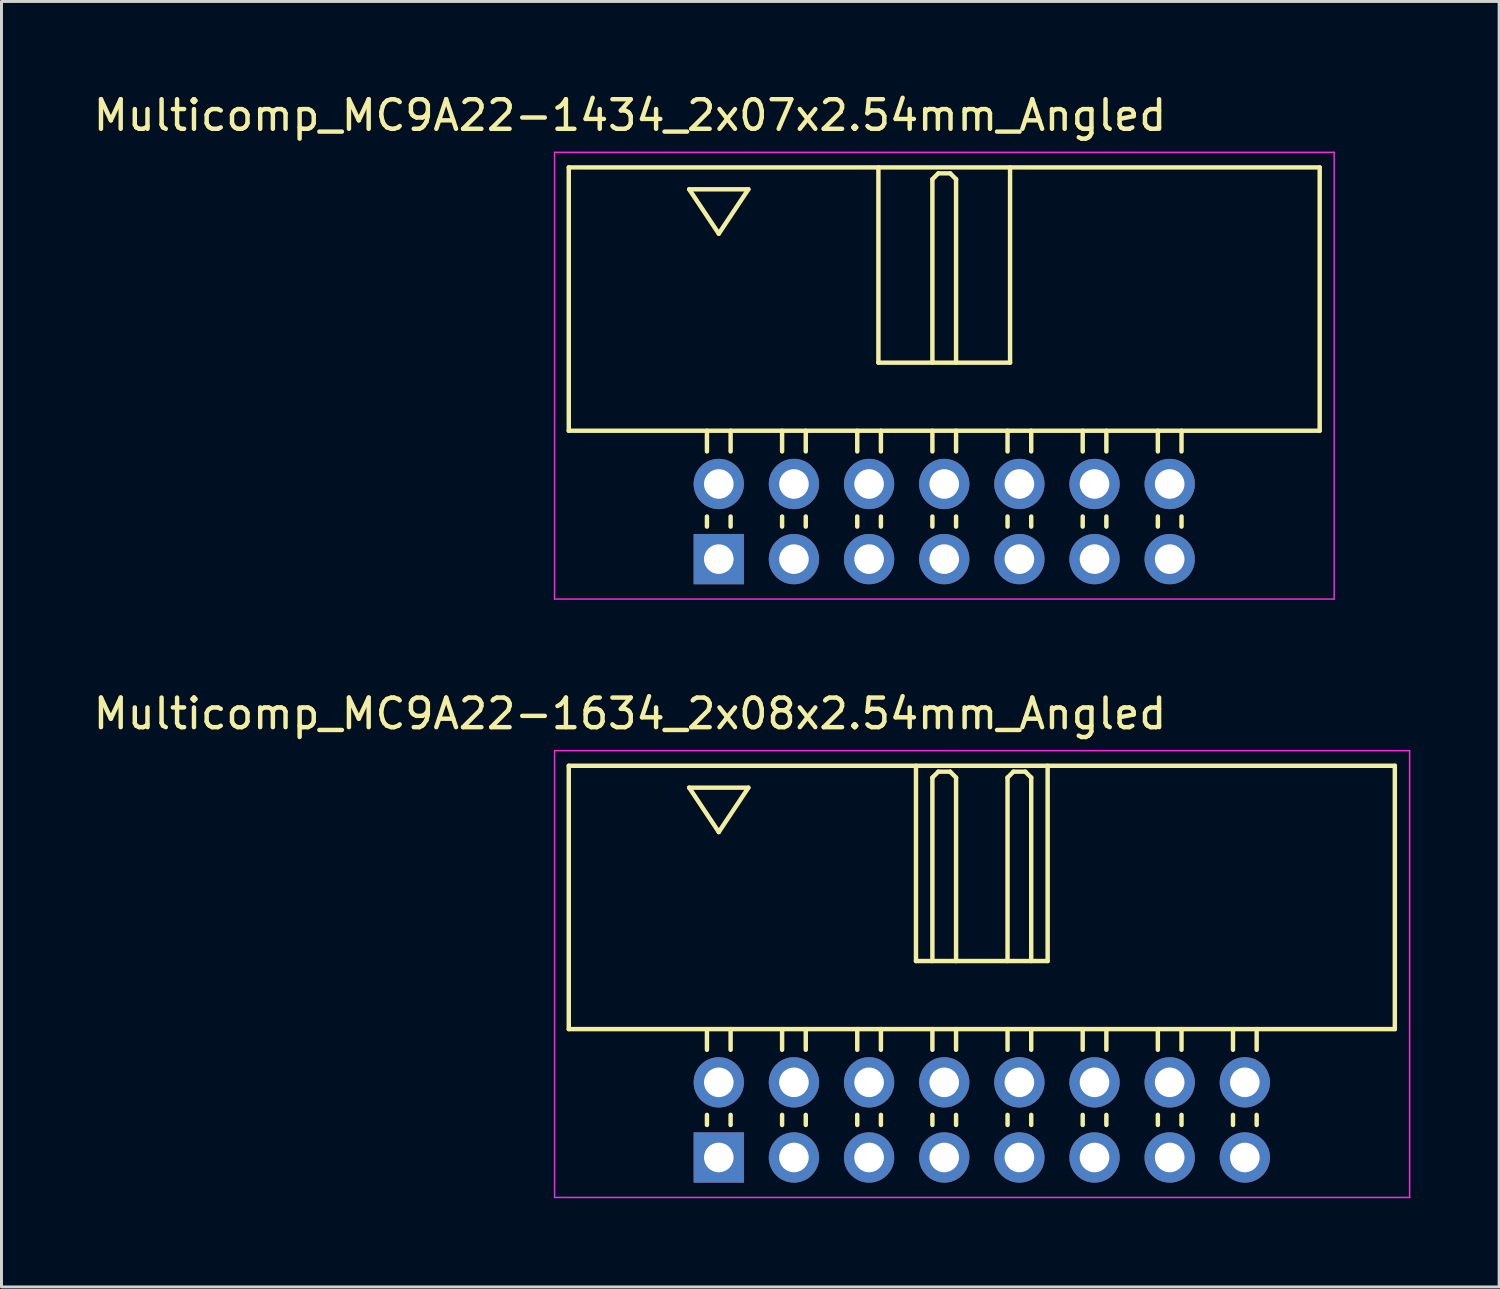
<source format=kicad_pcb>
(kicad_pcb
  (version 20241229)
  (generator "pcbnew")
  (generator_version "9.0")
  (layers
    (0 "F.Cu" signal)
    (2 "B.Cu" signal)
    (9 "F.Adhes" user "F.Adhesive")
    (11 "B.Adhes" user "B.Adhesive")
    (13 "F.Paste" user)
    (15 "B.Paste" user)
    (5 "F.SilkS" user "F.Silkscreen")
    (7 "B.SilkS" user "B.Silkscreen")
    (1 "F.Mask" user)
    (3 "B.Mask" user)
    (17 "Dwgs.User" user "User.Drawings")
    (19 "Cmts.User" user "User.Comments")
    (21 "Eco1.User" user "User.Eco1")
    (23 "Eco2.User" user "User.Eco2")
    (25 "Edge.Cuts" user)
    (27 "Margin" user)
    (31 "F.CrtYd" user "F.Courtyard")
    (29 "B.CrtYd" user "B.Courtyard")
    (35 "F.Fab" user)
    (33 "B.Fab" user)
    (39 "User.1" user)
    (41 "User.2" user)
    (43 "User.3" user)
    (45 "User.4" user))
  (footprint "Multicomp_MC9A22-1434_2x07x2.54mm_Angled"
    (layer "F.Cu")
    (at 21.244 15.848)
    (property "Reference" "Multicomp_MC9A22-1434_2x07x2.54mm_Angled" (at -3 -15 0) (layer "F.SilkS") (effects (font (size 1 1) (thickness 0.15))))
    (attr through_hole)
    (fp_line (start -5.07 -13.24) (end 20.31 -13.24) (stroke (width 0.15) (type solid)) (layer "F.SilkS"))
    (fp_line (start -5.07 -4.34) (end -5.07 -13.24) (stroke (width 0.15) (type solid)) (layer "F.SilkS"))
    (fp_line (start -1 -12.5) (end 1 -12.5) (stroke (width 0.15) (type solid)) (layer "F.SilkS"))
    (fp_line (start -0.4 -3.64) (end -0.4 -4.34) (stroke (width 0.15) (type solid)) (layer "F.SilkS"))
    (fp_line (start -0.4 -1.1) (end -0.4 -1.44) (stroke (width 0.15) (type solid)) (layer "F.SilkS"))
    (fp_line (start 0 -11) (end -1 -12.5) (stroke (width 0.15) (type solid)) (layer "F.SilkS"))
    (fp_line (start 0.4 -3.64) (end 0.4 -4.34) (stroke (width 0.15) (type solid)) (layer "F.SilkS"))
    (fp_line (start 0.4 -1.1) (end 0.4 -1.44) (stroke (width 0.15) (type solid)) (layer "F.SilkS"))
    (fp_line (start 1 -12.5) (end 0 -11) (stroke (width 0.15) (type solid)) (layer "F.SilkS"))
    (fp_line (start 2.14 -3.64) (end 2.14 -4.34) (stroke (width 0.15) (type solid)) (layer "F.SilkS"))
    (fp_line (start 2.14 -1.1) (end 2.14 -1.44) (stroke (width 0.15) (type solid)) (layer "F.SilkS"))
    (fp_line (start 2.94 -3.64) (end 2.94 -4.34) (stroke (width 0.15) (type solid)) (layer "F.SilkS"))
    (fp_line (start 2.94 -1.1) (end 2.94 -1.44) (stroke (width 0.15) (type solid)) (layer "F.SilkS"))
    (fp_line (start 4.68 -3.64) (end 4.68 -4.34) (stroke (width 0.15) (type solid)) (layer "F.SilkS"))
    (fp_line (start 4.68 -1.1) (end 4.68 -1.44) (stroke (width 0.15) (type solid)) (layer "F.SilkS"))
    (fp_line (start 5.395 -13.24) (end 5.395 -6.64) (stroke (width 0.15) (type solid)) (layer "F.SilkS"))
    (fp_line (start 5.395 -6.64) (end 9.845 -6.64) (stroke (width 0.15) (type solid)) (layer "F.SilkS"))
    (fp_line (start 5.48 -3.64) (end 5.48 -4.34) (stroke (width 0.15) (type solid)) (layer "F.SilkS"))
    (fp_line (start 5.48 -1.1) (end 5.48 -1.44) (stroke (width 0.15) (type solid)) (layer "F.SilkS"))
    (fp_line (start 7.22 -12.84) (end 7.42 -13.04) (stroke (width 0.15) (type solid)) (layer "F.SilkS"))
    (fp_line (start 7.22 -6.64) (end 7.22 -12.84) (stroke (width 0.15) (type solid)) (layer "F.SilkS"))
    (fp_line (start 7.22 -3.64) (end 7.22 -4.34) (stroke (width 0.15) (type solid)) (layer "F.SilkS"))
    (fp_line (start 7.22 -1.1) (end 7.22 -1.44) (stroke (width 0.15) (type solid)) (layer "F.SilkS"))
    (fp_line (start 7.42 -13.04) (end 7.82 -13.04) (stroke (width 0.15) (type solid)) (layer "F.SilkS"))
    (fp_line (start 7.82 -13.04) (end 8.02 -12.84) (stroke (width 0.15) (type solid)) (layer "F.SilkS"))
    (fp_line (start 8.02 -12.84) (end 8.02 -6.64) (stroke (width 0.15) (type solid)) (layer "F.SilkS"))
    (fp_line (start 8.02 -3.64) (end 8.02 -4.34) (stroke (width 0.15) (type solid)) (layer "F.SilkS"))
    (fp_line (start 8.02 -1.1) (end 8.02 -1.44) (stroke (width 0.15) (type solid)) (layer "F.SilkS"))
    (fp_line (start 9.76 -3.64) (end 9.76 -4.34) (stroke (width 0.15) (type solid)) (layer "F.SilkS"))
    (fp_line (start 9.76 -1.1) (end 9.76 -1.44) (stroke (width 0.15) (type solid)) (layer "F.SilkS"))
    (fp_line (start 9.845 -6.64) (end 9.845 -13.24) (stroke (width 0.15) (type solid)) (layer "F.SilkS"))
    (fp_line (start 10.56 -3.64) (end 10.56 -4.34) (stroke (width 0.15) (type solid)) (layer "F.SilkS"))
    (fp_line (start 10.56 -1.1) (end 10.56 -1.44) (stroke (width 0.15) (type solid)) (layer "F.SilkS"))
    (fp_line (start 12.3 -3.64) (end 12.3 -4.34) (stroke (width 0.15) (type solid)) (layer "F.SilkS"))
    (fp_line (start 12.3 -1.1) (end 12.3 -1.44) (stroke (width 0.15) (type solid)) (layer "F.SilkS"))
    (fp_line (start 13.1 -3.64) (end 13.1 -4.34) (stroke (width 0.15) (type solid)) (layer "F.SilkS"))
    (fp_line (start 13.1 -1.1) (end 13.1 -1.44) (stroke (width 0.15) (type solid)) (layer "F.SilkS"))
    (fp_line (start 14.84 -3.64) (end 14.84 -4.34) (stroke (width 0.15) (type solid)) (layer "F.SilkS"))
    (fp_line (start 14.84 -1.1) (end 14.84 -1.44) (stroke (width 0.15) (type solid)) (layer "F.SilkS"))
    (fp_line (start 15.64 -3.64) (end 15.64 -4.34) (stroke (width 0.15) (type solid)) (layer "F.SilkS"))
    (fp_line (start 15.64 -1.1) (end 15.64 -1.44) (stroke (width 0.15) (type solid)) (layer "F.SilkS"))
    (fp_line (start 20.31 -13.24) (end 20.31 -4.34) (stroke (width 0.15) (type solid)) (layer "F.SilkS"))
    (fp_line (start 20.31 -4.34) (end -5.07 -4.34) (stroke (width 0.15) (type solid)) (layer "F.SilkS"))
    (fp_line (start -5.55 -13.75) (end 20.8 -13.75) (stroke (width 0.05) (type solid)) (layer "F.CrtYd"))
    (fp_line (start -5.55 1.35) (end -5.55 -13.75) (stroke (width 0.05) (type solid)) (layer "F.CrtYd"))
    (fp_line (start 20.8 -13.75) (end 20.8 1.35) (stroke (width 0.05) (type solid)) (layer "F.CrtYd"))
    (fp_line (start 20.8 1.35) (end -5.55 1.35) (stroke (width 0.05) (type solid)) (layer "F.CrtYd"))
    (pad "1" thru_hole rect (at 0 0) (size 1.7 1.7) (drill 1) (layers "*.Cu" "*.Mask"))
    (pad "2" thru_hole circle (at 0 -2.54) (size 1.7 1.7) (drill 1) (layers "*.Cu" "*.Mask"))
    (pad "3" thru_hole circle (at 2.54 0) (size 1.7 1.7) (drill 1) (layers "*.Cu" "*.Mask"))
    (pad "4" thru_hole circle (at 2.54 -2.54) (size 1.7 1.7) (drill 1) (layers "*.Cu" "*.Mask"))
    (pad "5" thru_hole circle (at 5.08 0) (size 1.7 1.7) (drill 1) (layers "*.Cu" "*.Mask"))
    (pad "6" thru_hole circle (at 5.08 -2.54) (size 1.7 1.7) (drill 1) (layers "*.Cu" "*.Mask"))
    (pad "7" thru_hole circle (at 7.62 0) (size 1.7 1.7) (drill 1) (layers "*.Cu" "*.Mask"))
    (pad "8" thru_hole circle (at 7.62 -2.54) (size 1.7 1.7) (drill 1) (layers "*.Cu" "*.Mask"))
    (pad "9" thru_hole circle (at 10.16 0) (size 1.7 1.7) (drill 1) (layers "*.Cu" "*.Mask"))
    (pad "10" thru_hole circle (at 10.16 -2.54) (size 1.7 1.7) (drill 1) (layers "*.Cu" "*.Mask"))
    (pad "11" thru_hole circle (at 12.7 0) (size 1.7 1.7) (drill 1) (layers "*.Cu" "*.Mask"))
    (pad "12" thru_hole circle (at 12.7 -2.54) (size 1.7 1.7) (drill 1) (layers "*.Cu" "*.Mask"))
    (pad "13" thru_hole circle (at 15.24 0) (size 1.7 1.7) (drill 1) (layers "*.Cu" "*.Mask"))
    (pad "14" thru_hole circle (at 15.24 -2.54) (size 1.7 1.7) (drill 1) (layers "*.Cu" "*.Mask")))
  (footprint "Multicomp_MC9A22-1634_2x08x2.54mm_Angled"
    (layer "F.Cu")
    (at 21.244 36.072)
    (property "Reference" "Multicomp_MC9A22-1634_2x08x2.54mm_Angled" (at -3 -15 0) (layer "F.SilkS") (effects (font (size 1 1) (thickness 0.15))))
    (attr through_hole)
    (fp_line (start -5.07 -13.24) (end 22.85 -13.24) (stroke (width 0.15) (type solid)) (layer "F.SilkS"))
    (fp_line (start -5.07 -4.34) (end -5.07 -13.24) (stroke (width 0.15) (type solid)) (layer "F.SilkS"))
    (fp_line (start -1 -12.5) (end 1 -12.5) (stroke (width 0.15) (type solid)) (layer "F.SilkS"))
    (fp_line (start -0.4 -3.64) (end -0.4 -4.34) (stroke (width 0.15) (type solid)) (layer "F.SilkS"))
    (fp_line (start -0.4 -1.1) (end -0.4 -1.44) (stroke (width 0.15) (type solid)) (layer "F.SilkS"))
    (fp_line (start 0 -11) (end -1 -12.5) (stroke (width 0.15) (type solid)) (layer "F.SilkS"))
    (fp_line (start 0.4 -3.64) (end 0.4 -4.34) (stroke (width 0.15) (type solid)) (layer "F.SilkS"))
    (fp_line (start 0.4 -1.1) (end 0.4 -1.44) (stroke (width 0.15) (type solid)) (layer "F.SilkS"))
    (fp_line (start 1 -12.5) (end 0 -11) (stroke (width 0.15) (type solid)) (layer "F.SilkS"))
    (fp_line (start 2.14 -3.64) (end 2.14 -4.34) (stroke (width 0.15) (type solid)) (layer "F.SilkS"))
    (fp_line (start 2.14 -1.1) (end 2.14 -1.44) (stroke (width 0.15) (type solid)) (layer "F.SilkS"))
    (fp_line (start 2.94 -3.64) (end 2.94 -4.34) (stroke (width 0.15) (type solid)) (layer "F.SilkS"))
    (fp_line (start 2.94 -1.1) (end 2.94 -1.44) (stroke (width 0.15) (type solid)) (layer "F.SilkS"))
    (fp_line (start 4.68 -3.64) (end 4.68 -4.34) (stroke (width 0.15) (type solid)) (layer "F.SilkS"))
    (fp_line (start 4.68 -1.1) (end 4.68 -1.44) (stroke (width 0.15) (type solid)) (layer "F.SilkS"))
    (fp_line (start 5.48 -3.64) (end 5.48 -4.34) (stroke (width 0.15) (type solid)) (layer "F.SilkS"))
    (fp_line (start 5.48 -1.1) (end 5.48 -1.44) (stroke (width 0.15) (type solid)) (layer "F.SilkS"))
    (fp_line (start 6.665 -13.24) (end 6.665 -6.64) (stroke (width 0.15) (type solid)) (layer "F.SilkS"))
    (fp_line (start 6.665 -6.64) (end 11.115 -6.64) (stroke (width 0.15) (type solid)) (layer "F.SilkS"))
    (fp_line (start 7.22 -12.84) (end 7.42 -13.04) (stroke (width 0.15) (type solid)) (layer "F.SilkS"))
    (fp_line (start 7.22 -6.64) (end 7.22 -12.84) (stroke (width 0.15) (type solid)) (layer "F.SilkS"))
    (fp_line (start 7.22 -3.64) (end 7.22 -4.34) (stroke (width 0.15) (type solid)) (layer "F.SilkS"))
    (fp_line (start 7.22 -1.1) (end 7.22 -1.44) (stroke (width 0.15) (type solid)) (layer "F.SilkS"))
    (fp_line (start 7.42 -13.04) (end 7.82 -13.04) (stroke (width 0.15) (type solid)) (layer "F.SilkS"))
    (fp_line (start 7.82 -13.04) (end 8.02 -12.84) (stroke (width 0.15) (type solid)) (layer "F.SilkS"))
    (fp_line (start 8.02 -12.84) (end 8.02 -6.64) (stroke (width 0.15) (type solid)) (layer "F.SilkS"))
    (fp_line (start 8.02 -3.64) (end 8.02 -4.34) (stroke (width 0.15) (type solid)) (layer "F.SilkS"))
    (fp_line (start 8.02 -1.1) (end 8.02 -1.44) (stroke (width 0.15) (type solid)) (layer "F.SilkS"))
    (fp_line (start 9.76 -12.84) (end 9.96 -13.04) (stroke (width 0.15) (type solid)) (layer "F.SilkS"))
    (fp_line (start 9.76 -6.64) (end 9.76 -12.84) (stroke (width 0.15) (type solid)) (layer "F.SilkS"))
    (fp_line (start 9.76 -3.64) (end 9.76 -4.34) (stroke (width 0.15) (type solid)) (layer "F.SilkS"))
    (fp_line (start 9.76 -1.1) (end 9.76 -1.44) (stroke (width 0.15) (type solid)) (layer "F.SilkS"))
    (fp_line (start 9.96 -13.04) (end 10.36 -13.04) (stroke (width 0.15) (type solid)) (layer "F.SilkS"))
    (fp_line (start 10.36 -13.04) (end 10.56 -12.84) (stroke (width 0.15) (type solid)) (layer "F.SilkS"))
    (fp_line (start 10.56 -12.84) (end 10.56 -6.64) (stroke (width 0.15) (type solid)) (layer "F.SilkS"))
    (fp_line (start 10.56 -3.64) (end 10.56 -4.34) (stroke (width 0.15) (type solid)) (layer "F.SilkS"))
    (fp_line (start 10.56 -1.1) (end 10.56 -1.44) (stroke (width 0.15) (type solid)) (layer "F.SilkS"))
    (fp_line (start 11.115 -6.64) (end 11.115 -13.24) (stroke (width 0.15) (type solid)) (layer "F.SilkS"))
    (fp_line (start 12.3 -3.64) (end 12.3 -4.34) (stroke (width 0.15) (type solid)) (layer "F.SilkS"))
    (fp_line (start 12.3 -1.1) (end 12.3 -1.44) (stroke (width 0.15) (type solid)) (layer "F.SilkS"))
    (fp_line (start 13.1 -3.64) (end 13.1 -4.34) (stroke (width 0.15) (type solid)) (layer "F.SilkS"))
    (fp_line (start 13.1 -1.1) (end 13.1 -1.44) (stroke (width 0.15) (type solid)) (layer "F.SilkS"))
    (fp_line (start 14.84 -3.64) (end 14.84 -4.34) (stroke (width 0.15) (type solid)) (layer "F.SilkS"))
    (fp_line (start 14.84 -1.1) (end 14.84 -1.44) (stroke (width 0.15) (type solid)) (layer "F.SilkS"))
    (fp_line (start 15.64 -3.64) (end 15.64 -4.34) (stroke (width 0.15) (type solid)) (layer "F.SilkS"))
    (fp_line (start 15.64 -1.1) (end 15.64 -1.44) (stroke (width 0.15) (type solid)) (layer "F.SilkS"))
    (fp_line (start 17.38 -3.64) (end 17.38 -4.34) (stroke (width 0.15) (type solid)) (layer "F.SilkS"))
    (fp_line (start 17.38 -1.1) (end 17.38 -1.44) (stroke (width 0.15) (type solid)) (layer "F.SilkS"))
    (fp_line (start 18.18 -3.64) (end 18.18 -4.34) (stroke (width 0.15) (type solid)) (layer "F.SilkS"))
    (fp_line (start 18.18 -1.1) (end 18.18 -1.44) (stroke (width 0.15) (type solid)) (layer "F.SilkS"))
    (fp_line (start 22.85 -13.24) (end 22.85 -4.34) (stroke (width 0.15) (type solid)) (layer "F.SilkS"))
    (fp_line (start 22.85 -4.34) (end -5.07 -4.34) (stroke (width 0.15) (type solid)) (layer "F.SilkS"))
    (fp_line (start -5.55 -13.75) (end 23.35 -13.75) (stroke (width 0.05) (type solid)) (layer "F.CrtYd"))
    (fp_line (start -5.55 1.35) (end -5.55 -13.75) (stroke (width 0.05) (type solid)) (layer "F.CrtYd"))
    (fp_line (start 23.35 -13.75) (end 23.35 1.35) (stroke (width 0.05) (type solid)) (layer "F.CrtYd"))
    (fp_line (start 23.35 1.35) (end -5.55 1.35) (stroke (width 0.05) (type solid)) (layer "F.CrtYd"))
    (pad "1" thru_hole rect (at 0 0) (size 1.7 1.7) (drill 1) (layers "*.Cu" "*.Mask"))
    (pad "2" thru_hole circle (at 0 -2.54) (size 1.7 1.7) (drill 1) (layers "*.Cu" "*.Mask"))
    (pad "3" thru_hole circle (at 2.54 0) (size 1.7 1.7) (drill 1) (layers "*.Cu" "*.Mask"))
    (pad "4" thru_hole circle (at 2.54 -2.54) (size 1.7 1.7) (drill 1) (layers "*.Cu" "*.Mask"))
    (pad "5" thru_hole circle (at 5.08 0) (size 1.7 1.7) (drill 1) (layers "*.Cu" "*.Mask"))
    (pad "6" thru_hole circle (at 5.08 -2.54) (size 1.7 1.7) (drill 1) (layers "*.Cu" "*.Mask"))
    (pad "7" thru_hole circle (at 7.62 0) (size 1.7 1.7) (drill 1) (layers "*.Cu" "*.Mask"))
    (pad "8" thru_hole circle (at 7.62 -2.54) (size 1.7 1.7) (drill 1) (layers "*.Cu" "*.Mask"))
    (pad "9" thru_hole circle (at 10.16 0) (size 1.7 1.7) (drill 1) (layers "*.Cu" "*.Mask"))
    (pad "10" thru_hole circle (at 10.16 -2.54) (size 1.7 1.7) (drill 1) (layers "*.Cu" "*.Mask"))
    (pad "11" thru_hole circle (at 12.7 0) (size 1.7 1.7) (drill 1) (layers "*.Cu" "*.Mask"))
    (pad "12" thru_hole circle (at 12.7 -2.54) (size 1.7 1.7) (drill 1) (layers "*.Cu" "*.Mask"))
    (pad "13" thru_hole circle (at 15.24 0) (size 1.7 1.7) (drill 1) (layers "*.Cu" "*.Mask"))
    (pad "14" thru_hole circle (at 15.24 -2.54) (size 1.7 1.7) (drill 1) (layers "*.Cu" "*.Mask"))
    (pad "15" thru_hole circle (at 17.78 0) (size 1.7 1.7) (drill 1) (layers "*.Cu" "*.Mask"))
    (pad "16" thru_hole circle (at 17.78 -2.54) (size 1.7 1.7) (drill 1) (layers "*.Cu" "*.Mask")))
  (gr_rect
    (start -3 -3)
    (end 47.619 40.447)
    (stroke (width 0.1) (type default))
    (fill no)
    (layer "Edge.Cuts")))
</source>
